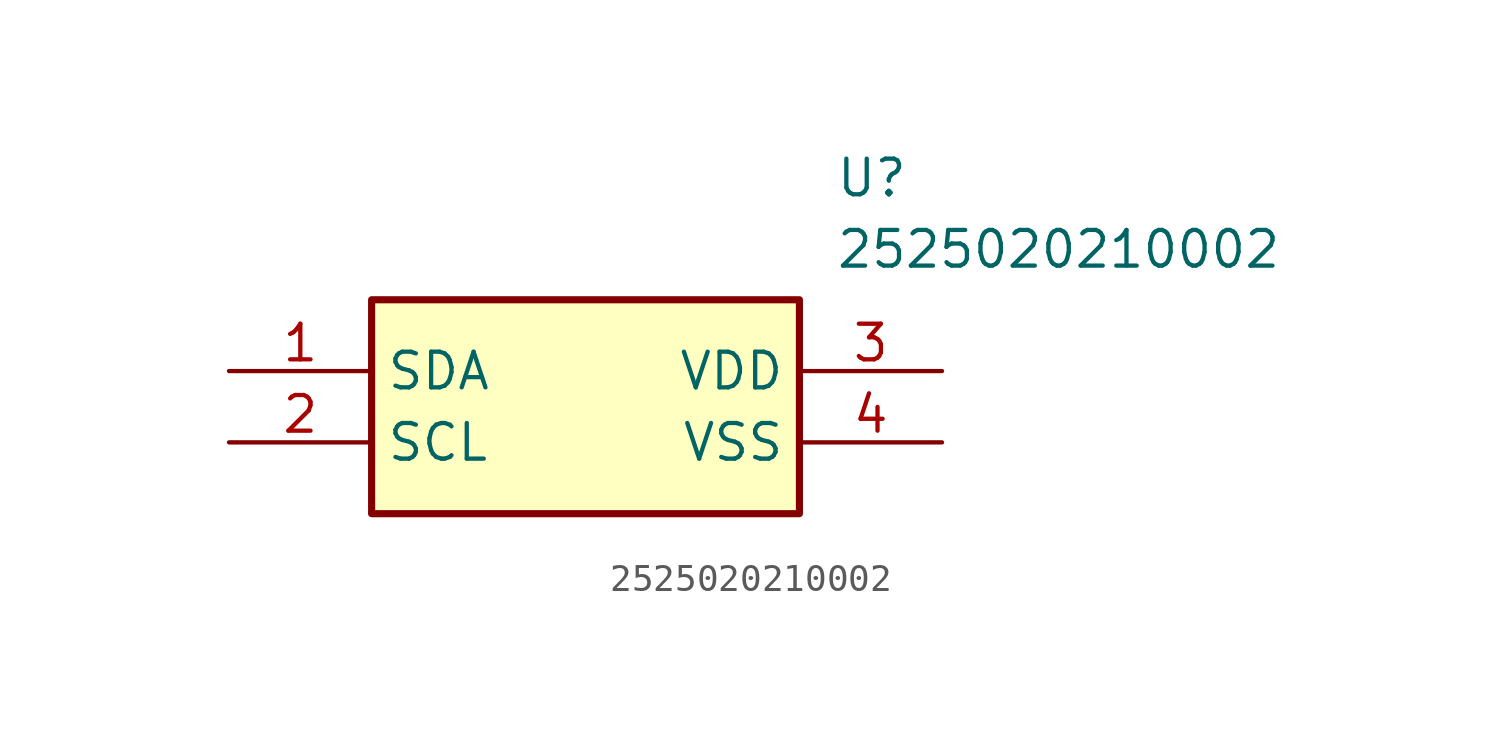
<source format=kicad_sym>
(kicad_symbol_lib
  (version 20220914)
  (generator kicad_symbol_editor)
  (symbol "2525020210002"
    (property "Reference" "U"
      (at 21.59 7.62 0)
      (effects (font (size 1.27 1.27)) (justify left top)))
    (property "Value" "2525020210002"
      (at 21.59 5.08 0)
      (effects (font (size 1.27 1.27)) (justify left top)))
    (symbol "2525020210002_1_1"
      (rectangle (start 5.08 2.54) (end 20.32 -5.08) (stroke (width 0.254) (type default)) (fill (type background)))
      (pin passive line (at 0 0 0) (length 5.08) (name "SDA" (effects (font (size 1.27 1.27)))) (number "1" (effects (font (size 1.27 1.27)))))
      (pin passive line (at 0 -2.54 0) (length 5.08) (name "SCL" (effects (font (size 1.27 1.27)))) (number "2" (effects (font (size 1.27 1.27)))))
      (pin passive line (at 25.4 0 180) (length 5.08) (name "VDD" (effects (font (size 1.27 1.27)))) (number "3" (effects (font (size 1.27 1.27)))))
      (pin passive line (at 25.4 -2.54 180) (length 5.08) (name "VSS" (effects (font (size 1.27 1.27)))) (number "4" (effects (font (size 1.27 1.27))))))))
</source>
